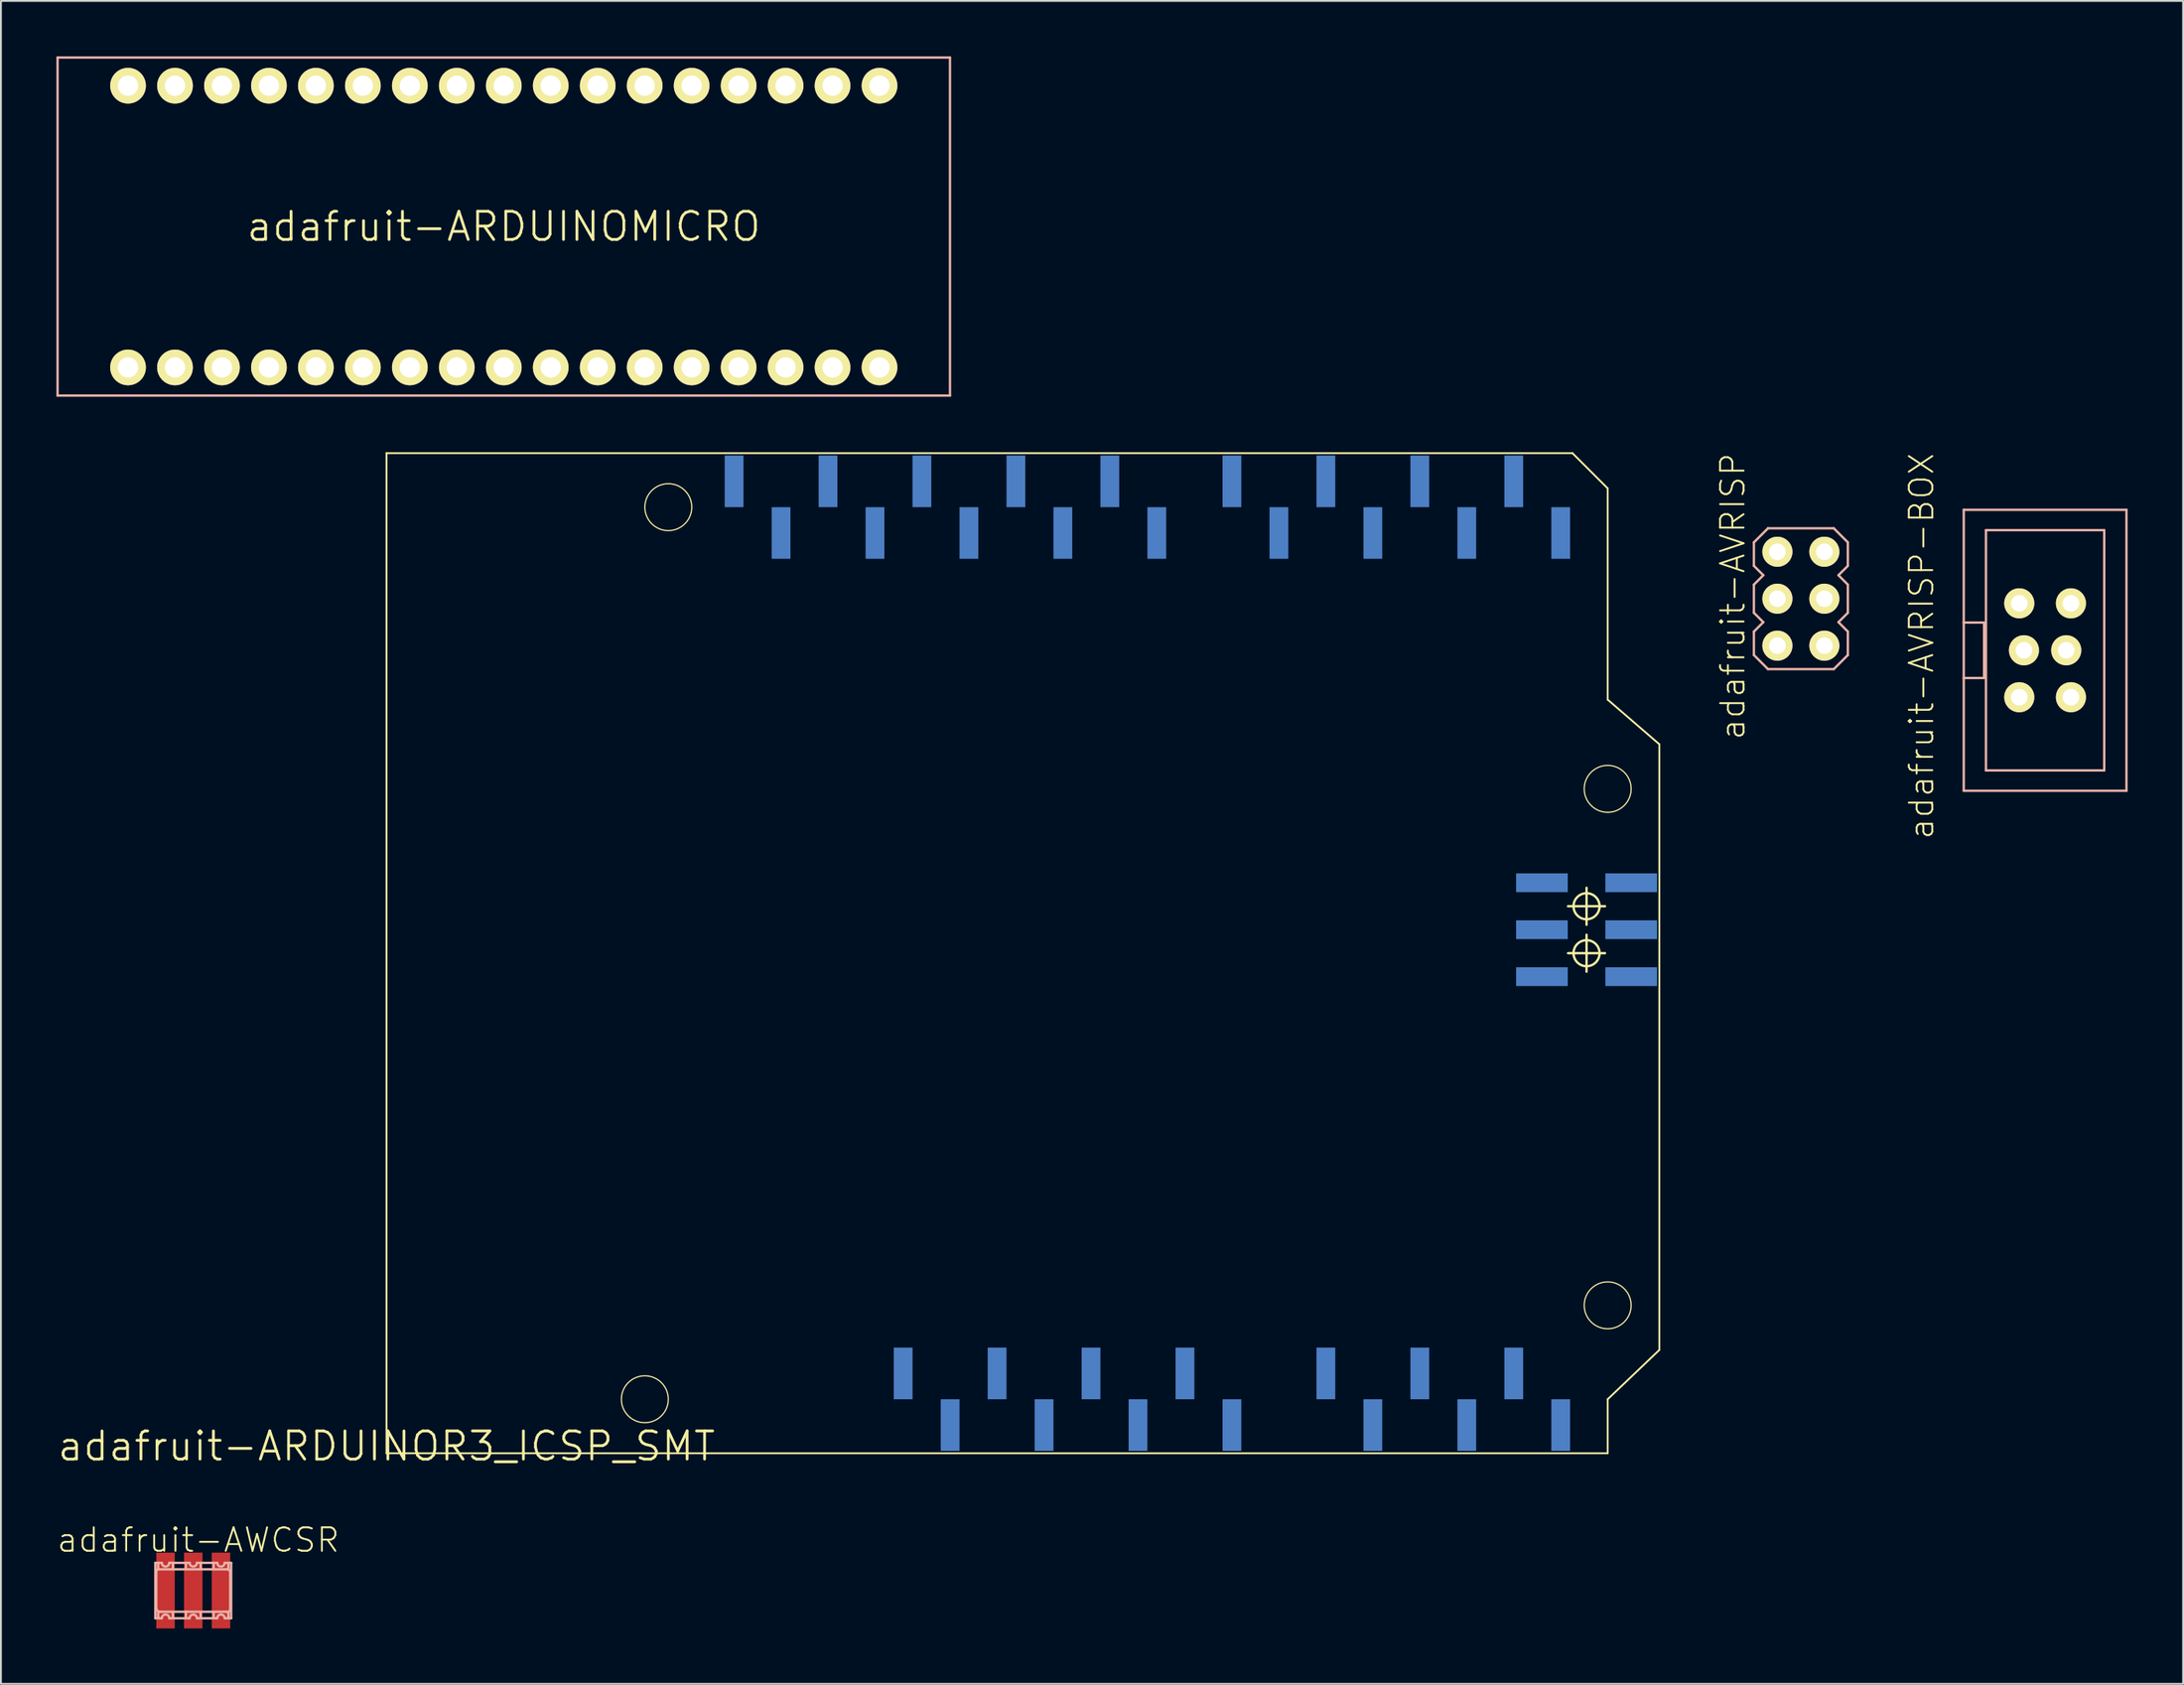
<source format=kicad_pcb>
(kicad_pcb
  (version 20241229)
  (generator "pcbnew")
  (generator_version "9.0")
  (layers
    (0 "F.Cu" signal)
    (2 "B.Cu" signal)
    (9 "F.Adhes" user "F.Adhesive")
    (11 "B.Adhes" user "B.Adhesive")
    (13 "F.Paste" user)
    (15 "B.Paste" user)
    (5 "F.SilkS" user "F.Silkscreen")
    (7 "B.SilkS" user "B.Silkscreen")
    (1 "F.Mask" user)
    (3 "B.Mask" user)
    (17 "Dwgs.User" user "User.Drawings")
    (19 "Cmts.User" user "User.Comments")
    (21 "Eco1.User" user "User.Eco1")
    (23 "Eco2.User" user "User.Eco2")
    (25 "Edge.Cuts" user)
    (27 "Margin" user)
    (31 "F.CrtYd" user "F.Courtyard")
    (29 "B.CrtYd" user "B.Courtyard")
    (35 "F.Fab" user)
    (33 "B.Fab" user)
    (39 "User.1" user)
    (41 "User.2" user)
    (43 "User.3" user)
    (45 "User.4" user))
  (footprint "adafruit-AVRISP"
    (layer "F.Cu")
    (at 94.341 29.339)
    (property "Reference" "adafruit-AVRISP" (at -3.683 -0.127 90) (layer "F.SilkS") (effects (font (size 1.27 1.27) (thickness 0.102))))
    (attr exclude_from_pos_files exclude_from_bom)
    (fp_line (start -2.54 -3.048) (end -1.778 -3.81) (stroke (width 0.127) (type solid)) (layer "B.SilkS"))
    (fp_line (start -2.54 -1.778) (end -2.54 -3.048) (stroke (width 0.127) (type solid)) (layer "B.SilkS"))
    (fp_line (start -2.54 -0.762) (end -2.032 -1.27) (stroke (width 0.127) (type solid)) (layer "B.SilkS"))
    (fp_line (start -2.54 0.762) (end -2.54 -0.762) (stroke (width 0.127) (type solid)) (layer "B.SilkS"))
    (fp_line (start -2.54 1.778) (end -2.032 1.27) (stroke (width 0.127) (type solid)) (layer "B.SilkS"))
    (fp_line (start -2.54 3.048) (end -2.54 1.778) (stroke (width 0.127) (type solid)) (layer "B.SilkS"))
    (fp_line (start -2.032 -1.27) (end -2.54 -1.778) (stroke (width 0.127) (type solid)) (layer "B.SilkS"))
    (fp_line (start -2.032 1.27) (end -2.54 0.762) (stroke (width 0.127) (type solid)) (layer "B.SilkS"))
    (fp_line (start -1.778 -3.81) (end 1.778 -3.81) (stroke (width 0.127) (type solid)) (layer "B.SilkS"))
    (fp_line (start -1.778 3.81) (end -2.54 3.048) (stroke (width 0.127) (type solid)) (layer "B.SilkS"))
    (fp_line (start 1.778 -3.81) (end 2.54 -3.048) (stroke (width 0.127) (type solid)) (layer "B.SilkS"))
    (fp_line (start 1.778 3.81) (end -1.778 3.81) (stroke (width 0.127) (type solid)) (layer "B.SilkS"))
    (fp_line (start 2.032 -1.27) (end 2.54 -0.762) (stroke (width 0.127) (type solid)) (layer "B.SilkS"))
    (fp_line (start 2.032 1.27) (end 2.54 1.778) (stroke (width 0.127) (type solid)) (layer "B.SilkS"))
    (fp_line (start 2.54 -3.048) (end 2.54 -1.778) (stroke (width 0.127) (type solid)) (layer "B.SilkS"))
    (fp_line (start 2.54 -1.778) (end 2.032 -1.27) (stroke (width 0.127) (type solid)) (layer "B.SilkS"))
    (fp_line (start 2.54 -0.762) (end 2.54 0.762) (stroke (width 0.127) (type solid)) (layer "B.SilkS"))
    (fp_line (start 2.54 0.762) (end 2.032 1.27) (stroke (width 0.127) (type solid)) (layer "B.SilkS"))
    (fp_line (start 2.54 1.778) (end 2.54 3.048) (stroke (width 0.127) (type solid)) (layer "B.SilkS"))
    (fp_line (start 2.54 3.048) (end 1.778 3.81) (stroke (width 0.127) (type solid)) (layer "B.SilkS"))
    (pad "1" thru_hole circle (at -1.27 -2.54) (size 1.626 1.626) (drill 0.899) (layers "*.Cu" "F.Mask" "F.SilkS" "F.Paste"))
    (pad "2" thru_hole circle (at 1.27 -2.54) (size 1.626 1.626) (drill 0.899) (layers "*.Cu" "F.Mask" "F.SilkS" "F.Paste"))
    (pad "3" thru_hole circle (at -1.27 0) (size 1.626 1.626) (drill 0.899) (layers "*.Cu" "F.Mask" "F.SilkS" "F.Paste"))
    (pad "4" thru_hole circle (at 1.27 0) (size 1.626 1.626) (drill 0.899) (layers "*.Cu" "F.Mask" "F.SilkS" "F.Paste"))
    (pad "5" thru_hole circle (at -1.27 2.54) (size 1.626 1.626) (drill 0.899) (layers "*.Cu" "F.Mask" "F.SilkS" "F.Paste"))
    (pad "6" thru_hole circle (at 1.27 2.54) (size 1.626 1.626) (drill 0.899) (layers "*.Cu" "F.Mask" "F.SilkS" "F.Paste")))
  (footprint "adafruit-AVRISP-BOX"
    (layer "F.Cu")
    (at 107.548 32.129)
    (property "Reference" "adafruit-AVRISP-BOX" (at -6.683 -0.226 90) (layer "F.SilkS") (effects (font (size 1.27 1.27) (thickness 0.102))))
    (attr exclude_from_pos_files exclude_from_bom)
    (fp_line (start -4.399 -7.6) (end 4.399 -7.6) (stroke (width 0.127) (type solid)) (layer "B.SilkS"))
    (fp_line (start -4.399 -1.499) (end -4.399 -7.6) (stroke (width 0.127) (type solid)) (layer "B.SilkS"))
    (fp_line (start -4.399 -1.499) (end -3.299 -1.499) (stroke (width 0.127) (type solid)) (layer "B.SilkS"))
    (fp_line (start -4.399 1.499) (end -4.399 -1.499) (stroke (width 0.127) (type solid)) (layer "B.SilkS"))
    (fp_line (start -4.399 7.6) (end -4.399 1.499) (stroke (width 0.127) (type solid)) (layer "B.SilkS"))
    (fp_line (start -3.299 -1.499) (end -3.299 1.499) (stroke (width 0.127) (type solid)) (layer "B.SilkS"))
    (fp_line (start -3.299 1.499) (end -4.399 1.499) (stroke (width 0.127) (type solid)) (layer "B.SilkS"))
    (fp_line (start -3.198 -6.5) (end 3.198 -6.5) (stroke (width 0.127) (type solid)) (layer "B.SilkS"))
    (fp_line (start -3.198 6.5) (end -3.198 -6.5) (stroke (width 0.127) (type solid)) (layer "B.SilkS"))
    (fp_line (start 3.198 -6.5) (end 3.198 6.5) (stroke (width 0.127) (type solid)) (layer "B.SilkS"))
    (fp_line (start 3.198 6.5) (end -3.198 6.5) (stroke (width 0.127) (type solid)) (layer "B.SilkS"))
    (fp_line (start 4.399 -7.6) (end 4.399 7.6) (stroke (width 0.127) (type solid)) (layer "B.SilkS"))
    (fp_line (start 4.399 7.6) (end -4.399 7.6) (stroke (width 0.127) (type solid)) (layer "B.SilkS"))
    (pad "1" thru_hole circle (at -1.397 -2.54) (size 1.626 1.626) (drill 0.899) (layers "*.Cu" "F.Mask" "F.SilkS" "F.Paste"))
    (pad "2" thru_hole circle (at 1.397 -2.54) (size 1.626 1.626) (drill 0.899) (layers "*.Cu" "F.Mask" "F.SilkS" "F.Paste"))
    (pad "3" thru_hole circle (at -1.143 0) (size 1.626 1.626) (drill 0.899) (layers "*.Cu" "F.Mask" "F.SilkS" "F.Paste"))
    (pad "4" thru_hole circle (at 1.143 0) (size 1.626 1.626) (drill 0.899) (layers "*.Cu" "F.Mask" "F.SilkS" "F.Paste"))
    (pad "5" thru_hole circle (at -1.397 2.54) (size 1.626 1.626) (drill 0.899) (layers "*.Cu" "F.Mask" "F.SilkS" "F.Paste"))
    (pad "6" thru_hole circle (at 1.397 2.54) (size 1.626 1.626) (drill 0.899) (layers "*.Cu" "F.Mask" "F.SilkS" "F.Paste")))
  (footprint "adafruit-AWCSR"
    (layer "F.Cu")
    (at 7.401 82.995)
    (property "Reference" "adafruit-AWCSR" (at 0.274 -2.733 0) (layer "F.SilkS") (effects (font (size 1.27 1.27) (thickness 0.102))))
    (attr smd)
    (fp_line (start -2.05 -1.499) (end -1.9 -1.499) (stroke (width 0.127) (type solid)) (layer "B.SilkS"))
    (fp_line (start -2.05 1.499) (end -2.05 -1.499) (stroke (width 0.127) (type solid)) (layer "B.SilkS"))
    (fp_line (start -1.999 -1.049) (end -1.999 0.95) (stroke (width 0.127) (type solid)) (layer "B.SilkS"))
    (fp_line (start -1.9 -1.499) (end -1.9 -1.199) (stroke (width 0.127) (type solid)) (layer "B.SilkS"))
    (fp_line (start -1.9 -1.499) (end -1.699 -1.499) (stroke (width 0.127) (type solid)) (layer "B.SilkS"))
    (fp_line (start -1.9 1.199) (end -1.9 1.448) (stroke (width 0.127) (type solid)) (layer "B.SilkS"))
    (fp_line (start -1.798 1.148) (end -0.399 1.148) (stroke (width 0.127) (type solid)) (layer "B.SilkS"))
    (fp_line (start -1.699 1.499) (end -2.05 1.499) (stroke (width 0.127) (type solid)) (layer "B.SilkS"))
    (fp_line (start -1.298 -1.499) (end -1.1 -1.499) (stroke (width 0.127) (type solid)) (layer "B.SilkS"))
    (fp_line (start -1.1 -1.499) (end -1.1 -1.148) (stroke (width 0.127) (type solid)) (layer "B.SilkS"))
    (fp_line (start -1.1 -1.499) (end -0.399 -1.499) (stroke (width 0.127) (type solid)) (layer "B.SilkS"))
    (fp_line (start -1.1 -1.148) (end -1.9 -1.148) (stroke (width 0.127) (type solid)) (layer "B.SilkS"))
    (fp_line (start -1.1 1.199) (end -1.1 1.448) (stroke (width 0.127) (type solid)) (layer "B.SilkS"))
    (fp_line (start -0.399 -1.499) (end -0.399 -1.199) (stroke (width 0.127) (type solid)) (layer "B.SilkS"))
    (fp_line (start -0.399 -1.499) (end -0.198 -1.499) (stroke (width 0.127) (type solid)) (layer "B.SilkS"))
    (fp_line (start -0.399 1.148) (end -0.399 1.448) (stroke (width 0.127) (type solid)) (layer "B.SilkS"))
    (fp_line (start -0.399 1.148) (end 1.798 1.148) (stroke (width 0.127) (type solid)) (layer "B.SilkS"))
    (fp_line (start -0.198 1.499) (end -1.298 1.499) (stroke (width 0.127) (type solid)) (layer "B.SilkS"))
    (fp_line (start 0.198 -1.499) (end 0.399 -1.499) (stroke (width 0.127) (type solid)) (layer "B.SilkS"))
    (fp_line (start 0.399 -1.499) (end 0.399 -1.199) (stroke (width 0.127) (type solid)) (layer "B.SilkS"))
    (fp_line (start 0.399 -1.499) (end 1.1 -1.499) (stroke (width 0.127) (type solid)) (layer "B.SilkS"))
    (fp_line (start 0.399 1.199) (end 0.399 1.448) (stroke (width 0.127) (type solid)) (layer "B.SilkS"))
    (fp_line (start 1.1 -1.499) (end 1.1 -1.199) (stroke (width 0.127) (type solid)) (layer "B.SilkS"))
    (fp_line (start 1.1 -1.499) (end 1.298 -1.499) (stroke (width 0.127) (type solid)) (layer "B.SilkS"))
    (fp_line (start 1.1 1.199) (end 1.1 1.448) (stroke (width 0.127) (type solid)) (layer "B.SilkS"))
    (fp_line (start 1.298 1.499) (end 0.198 1.499) (stroke (width 0.127) (type solid)) (layer "B.SilkS"))
    (fp_line (start 1.699 -1.499) (end 1.9 -1.499) (stroke (width 0.127) (type solid)) (layer "B.SilkS"))
    (fp_line (start 1.849 -1.148) (end -1.1 -1.148) (stroke (width 0.127) (type solid)) (layer "B.SilkS"))
    (fp_line (start 1.9 -1.499) (end 1.9 -1.199) (stroke (width 0.127) (type solid)) (layer "B.SilkS"))
    (fp_line (start 1.9 -1.499) (end 2.05 -1.499) (stroke (width 0.127) (type solid)) (layer "B.SilkS"))
    (fp_line (start 1.9 1.199) (end 1.9 1.448) (stroke (width 0.127) (type solid)) (layer "B.SilkS"))
    (fp_line (start 1.999 1.049) (end 1.999 -0.998) (stroke (width 0.127) (type solid)) (layer "B.SilkS"))
    (fp_line (start 2.05 -1.499) (end 2.05 1.499) (stroke (width 0.127) (type solid)) (layer "B.SilkS"))
    (fp_line (start 2.05 1.499) (end 1.699 1.499) (stroke (width 0.127) (type solid)) (layer "B.SilkS"))
    (fp_arc (start -1.99898 -1.04902) (mid -1.969966 -1.119066) (end -1.89992 -1.14808) (stroke (width 0.127) (type solid)) (layer "B.SilkS"))
    (fp_arc (start -1.79832 1.14808) (mid -1.938412 1.090052) (end -1.99644 0.94996) (stroke (width 0.127) (type solid)) (layer "B.SilkS"))
    (fp_arc (start -1.69926 1.4986) (mid -1.4986 1.29794) (end -1.29794 1.4986) (stroke (width 0.127) (type solid)) (layer "B.SilkS"))
    (fp_arc (start -1.29794 -1.4986) (mid -1.4986 -1.29794) (end -1.69926 -1.4986) (stroke (width 0.127) (type solid)) (layer "B.SilkS"))
    (fp_arc (start -0.19812 1.4986) (mid 0 1.30048) (end 0.19812 1.4986) (stroke (width 0.127) (type solid)) (layer "B.SilkS"))
    (fp_arc (start 0.19812 -1.4986) (mid 0 -1.30048) (end -0.19812 -1.4986) (stroke (width 0.127) (type solid)) (layer "B.SilkS"))
    (fp_arc (start 1.29794 1.4986) (mid 1.4986 1.29794) (end 1.69926 1.4986) (stroke (width 0.127) (type solid)) (layer "B.SilkS"))
    (fp_arc (start 1.69926 -1.4986) (mid 1.4986 -1.29794) (end 1.29794 -1.4986) (stroke (width 0.127) (type solid)) (layer "B.SilkS"))
    (fp_arc (start 1.84912 -1.14808) (mid 1.955087 -1.104187) (end 1.99898 -0.99822) (stroke (width 0.127) (type solid)) (layer "B.SilkS"))
    (fp_arc (start 1.99898 1.04902) (mid 1.919166 1.140108) (end 1.79832 1.14808) (stroke (width 0.127) (type solid)) (layer "B.SilkS"))
    (pad "1" smd rect (at -1.499 0 90) (size 4.1 0.998) (layers "F.Cu" "F.Mask" "F.Paste"))
    (pad "2" smd rect (at 0 0 90) (size 4.1 0.998) (layers "F.Cu" "F.Mask" "F.Paste"))
    (pad "3" smd rect (at 1.499 0 90) (size 4.1 0.998) (layers "F.Cu" "F.Mask" "F.Paste")))
  (footprint "adafruit-ARDUINOR3_ICSP_SMT"
    (layer "F.Cu")
    (at 17.853 75.186)
    (property "Reference" "adafruit-ARDUINOR3_ICSP_SMT" (at 0 0 0) (layer "F.SilkS") (effects (font (size 1.524 1.524) (thickness 0.15))))
    (attr smd)
    (fp_line (start 0 -53.721) (end 0 0.381) (stroke (width 0.1) (type solid)) (layer "F.SilkS"))
    (fp_line (start 0 0.381) (end 66.04 0.381) (stroke (width 0.1) (type solid)) (layer "F.SilkS"))
    (fp_line (start 63.896 -29.21) (end 65.895 -29.21) (stroke (width 0.127) (type solid)) (layer "F.SilkS"))
    (fp_line (start 63.896 -26.67) (end 65.895 -26.67) (stroke (width 0.127) (type solid)) (layer "F.SilkS"))
    (fp_line (start 64.135 -53.721) (end 0 -53.721) (stroke (width 0.1) (type solid)) (layer "F.SilkS"))
    (fp_line (start 64.897 -28.209) (end 64.897 -30.208) (stroke (width 0.127) (type solid)) (layer "F.SilkS"))
    (fp_line (start 64.897 -25.669) (end 64.897 -27.668) (stroke (width 0.127) (type solid)) (layer "F.SilkS"))
    (fp_line (start 66.04 -51.816) (end 64.135 -53.721) (stroke (width 0.1) (type solid)) (layer "F.SilkS"))
    (fp_line (start 66.04 -40.386) (end 66.04 -51.816) (stroke (width 0.1) (type solid)) (layer "F.SilkS"))
    (fp_line (start 66.04 -2.54) (end 68.834 -5.207) (stroke (width 0.1) (type solid)) (layer "F.SilkS"))
    (fp_line (start 66.04 0.381) (end 66.04 -2.54) (stroke (width 0.1) (type solid)) (layer "F.SilkS"))
    (fp_line (start 68.834 -37.973) (end 66.04 -40.386) (stroke (width 0.1) (type solid)) (layer "F.SilkS"))
    (fp_line (start 68.834 -5.207) (end 68.834 -37.973) (stroke (width 0.1) (type solid)) (layer "F.SilkS"))
    (fp_circle (center 13.97 -2.54) (end 14.867 -3.437) (stroke (width 0.064) (type solid)) (fill no) (layer "F.SilkS"))
    (fp_circle (center 15.24 -50.8) (end 16.137 -51.697) (stroke (width 0.064) (type solid)) (fill no) (layer "F.SilkS"))
    (fp_circle (center 64.897 -29.21) (end 65.395 -29.708) (stroke (width 0.127) (type solid)) (fill no) (layer "F.SilkS"))
    (fp_circle (center 64.897 -26.67) (end 65.395 -27.168) (stroke (width 0.127) (type solid)) (fill no) (layer "F.SilkS"))
    (fp_circle (center 66.04 -35.56) (end 66.937 -36.457) (stroke (width 0.064) (type solid)) (fill no) (layer "F.SilkS"))
    (fp_circle (center 66.04 -7.62) (end 66.937 -8.517) (stroke (width 0.064) (type solid)) (fill no) (layer "F.SilkS"))
    (pad "3V" smd rect (at 35.56 -1.143 90) (size 2.794 1.016) (layers "B.Cu" "B.Mask"))
    (pad "5V" smd rect (at 38.1 -3.937 90) (size 2.794 1.016) (layers "B.Cu" "B.Mask"))
    (pad "5V_I" smd rect (at 67.31 -30.48 180) (size 2.794 1.016) (layers "B.Cu" "B.Mask"))
    (pad "A0" smd rect (at 50.8 -3.937 90) (size 2.794 1.016) (layers "B.Cu" "B.Mask"))
    (pad "A1" smd rect (at 53.34 -1.143 90) (size 2.794 1.016) (layers "B.Cu" "B.Mask"))
    (pad "A2" smd rect (at 55.88 -3.937 90) (size 2.794 1.016) (layers "B.Cu" "B.Mask"))
    (pad "A3" smd rect (at 58.42 -1.143 90) (size 2.794 1.016) (layers "B.Cu" "B.Mask"))
    (pad "A4" smd rect (at 60.96 -3.937 90) (size 2.794 1.016) (layers "B.Cu" "B.Mask"))
    (pad "A5" smd rect (at 63.5 -1.143 90) (size 2.794 1.016) (layers "B.Cu" "B.Mask"))
    (pad "AREF" smd rect (at 23.876 -52.197 90) (size 2.794 1.016) (layers "B.Cu" "B.Mask"))
    (pad "D0" smd rect (at 63.5 -49.403 270) (size 2.794 1.016) (layers "B.Cu" "B.Mask"))
    (pad "D1" smd rect (at 60.96 -52.197 270) (size 2.794 1.016) (layers "B.Cu" "B.Mask"))
    (pad "D2" smd rect (at 58.42 -49.403 270) (size 2.794 1.016) (layers "B.Cu" "B.Mask"))
    (pad "D3" smd rect (at 55.88 -52.197 270) (size 2.794 1.016) (layers "B.Cu" "B.Mask"))
    (pad "D4" smd rect (at 53.34 -49.403 270) (size 2.794 1.016) (layers "B.Cu" "B.Mask"))
    (pad "D5" smd rect (at 50.8 -52.197 270) (size 2.794 1.016) (layers "B.Cu" "B.Mask"))
    (pad "D6" smd rect (at 48.26 -49.403 270) (size 2.794 1.016) (layers "B.Cu" "B.Mask"))
    (pad "D7" smd rect (at 45.72 -52.197 270) (size 2.794 1.016) (layers "B.Cu" "B.Mask"))
    (pad "D8" smd rect (at 41.656 -49.403 90) (size 2.794 1.016) (layers "B.Cu" "B.Mask"))
    (pad "D9" smd rect (at 39.116 -52.197 90) (size 2.794 1.016) (layers "B.Cu" "B.Mask"))
    (pad "D10" smd rect (at 36.576 -49.403 90) (size 2.794 1.016) (layers "B.Cu" "B.Mask"))
    (pad "D11" smd rect (at 34.036 -52.197 90) (size 2.794 1.016) (layers "B.Cu" "B.Mask"))
    (pad "D12" smd rect (at 31.496 -49.403 90) (size 2.794 1.016) (layers "B.Cu" "B.Mask"))
    (pad "D13" smd rect (at 28.953 -52.197 90) (size 2.794 1.016) (layers "B.Cu" "B.Mask"))
    (pad "GND" smd rect (at 26.416 -49.403 90) (size 2.794 1.016) (layers "B.Cu" "B.Mask"))
    (pad "GND@" smd rect (at 40.64 -1.143 90) (size 2.794 1.016) (layers "B.Cu" "B.Mask"))
    (pad "GND@" smd rect (at 43.18 -3.937 90) (size 2.794 1.016) (layers "B.Cu" "B.Mask"))
    (pad "GND@" smd rect (at 67.31 -25.4 180) (size 2.794 1.016) (layers "B.Cu" "B.Mask"))
    (pad "IORE" smd rect (at 30.48 -1.143 90) (size 2.794 1.016) (layers "B.Cu" "B.Mask"))
    (pad "MISO" smd rect (at 62.484 -30.48 180) (size 2.794 1.016) (layers "B.Cu" "B.Mask"))
    (pad "MOSI" smd rect (at 67.31 -27.94 180) (size 2.794 1.016) (layers "B.Cu" "B.Mask"))
    (pad "RESE" smd rect (at 27.94 -3.937 90) (size 2.794 1.016) (layers "B.Cu" "B.Mask"))
    (pad "RESE" smd rect (at 33.02 -3.937 90) (size 2.794 1.016) (layers "B.Cu" "B.Mask"))
    (pad "RESE" smd rect (at 62.484 -25.4 180) (size 2.794 1.016) (layers "B.Cu" "B.Mask"))
    (pad "SCK" smd rect (at 62.484 -27.94 180) (size 2.794 1.016) (layers "B.Cu" "B.Mask"))
    (pad "SCL" smd rect (at 18.796 -52.197 90) (size 2.794 1.016) (layers "B.Cu" "B.Mask"))
    (pad "SDA" smd rect (at 21.336 -49.403 90) (size 2.794 1.016) (layers "B.Cu" "B.Mask"))
    (pad "VIN" smd rect (at 45.72 -1.143 90) (size 2.794 1.016) (layers "B.Cu" "B.Mask")))
  (footprint "adafruit-ARDUINOMICRO"
    (layer "F.Cu")
    (at 24.194 9.207)
    (property "Reference" "adafruit-ARDUINOMICRO" (at 0 0 0) (layer "F.SilkS") (effects (font (size 1.524 1.524) (thickness 0.15))))
    (attr exclude_from_pos_files exclude_from_bom)
    (fp_line (start -24.13 -9.144) (end -24.13 9.144) (stroke (width 0.127) (type solid)) (layer "B.SilkS"))
    (fp_line (start -24.13 9.144) (end 24.13 9.144) (stroke (width 0.127) (type solid)) (layer "B.SilkS"))
    (fp_line (start 24.13 -9.144) (end -24.13 -9.144) (stroke (width 0.127) (type solid)) (layer "B.SilkS"))
    (fp_line (start 24.13 9.144) (end 24.13 -9.144) (stroke (width 0.127) (type solid)) (layer "B.SilkS"))
    (pad "P$1" thru_hole circle (at -20.32 -7.62) (size 1.93 1.93) (drill 1.1) (layers "*.Cu" "F.Mask" "F.SilkS" "F.Paste"))
    (pad "P$2" thru_hole circle (at -17.78 -7.62) (size 1.93 1.93) (drill 1.1) (layers "*.Cu" "F.Mask" "F.SilkS" "F.Paste"))
    (pad "P$3" thru_hole circle (at -15.24 -7.62) (size 1.93 1.93) (drill 1.1) (layers "*.Cu" "F.Mask" "F.SilkS" "F.Paste"))
    (pad "P$4" thru_hole circle (at -12.7 -7.62) (size 1.93 1.93) (drill 1.1) (layers "*.Cu" "F.Mask" "F.SilkS" "F.Paste"))
    (pad "P$5" thru_hole circle (at -10.16 -7.62) (size 1.93 1.93) (drill 1.1) (layers "*.Cu" "F.Mask" "F.SilkS" "F.Paste"))
    (pad "P$6" thru_hole circle (at -7.62 -7.62) (size 1.93 1.93) (drill 1.1) (layers "*.Cu" "F.Mask" "F.SilkS" "F.Paste"))
    (pad "P$7" thru_hole circle (at -5.08 -7.62) (size 1.93 1.93) (drill 1.1) (layers "*.Cu" "F.Mask" "F.SilkS" "F.Paste"))
    (pad "P$8" thru_hole circle (at -2.54 -7.62) (size 1.93 1.93) (drill 1.1) (layers "*.Cu" "F.Mask" "F.SilkS" "F.Paste"))
    (pad "P$9" thru_hole circle (at 0 -7.62) (size 1.93 1.93) (drill 1.1) (layers "*.Cu" "F.Mask" "F.SilkS" "F.Paste"))
    (pad "P$10" thru_hole circle (at 2.54 -7.62) (size 1.93 1.93) (drill 1.1) (layers "*.Cu" "F.Mask" "F.SilkS" "F.Paste"))
    (pad "P$11" thru_hole circle (at 5.08 -7.62) (size 1.93 1.93) (drill 1.1) (layers "*.Cu" "F.Mask" "F.SilkS" "F.Paste"))
    (pad "P$12" thru_hole circle (at 12.7 7.62) (size 1.93 1.93) (drill 1.1) (layers "*.Cu" "F.Mask" "F.SilkS" "F.Paste"))
    (pad "P$13" thru_hole circle (at 10.16 7.62) (size 1.93 1.93) (drill 1.1) (layers "*.Cu" "F.Mask" "F.SilkS" "F.Paste"))
    (pad "P$14" thru_hole circle (at 12.7 -7.62) (size 1.93 1.93) (drill 1.1) (layers "*.Cu" "F.Mask" "F.SilkS" "F.Paste"))
    (pad "P$15" thru_hole circle (at 15.24 -7.62) (size 1.93 1.93) (drill 1.1) (layers "*.Cu" "F.Mask" "F.SilkS" "F.Paste"))
    (pad "P$16" thru_hole circle (at 17.78 -7.62) (size 1.93 1.93) (drill 1.1) (layers "*.Cu" "F.Mask" "F.SilkS" "F.Paste"))
    (pad "P$17" thru_hole circle (at 20.32 -7.62) (size 1.93 1.93) (drill 1.1) (layers "*.Cu" "F.Mask" "F.SilkS" "F.Paste"))
    (pad "P$18" thru_hole circle (at 20.32 7.62) (size 1.93 1.93) (drill 1.1) (layers "*.Cu" "F.Mask" "F.SilkS" "F.Paste"))
    (pad "P$19" thru_hole circle (at 17.78 7.62) (size 1.93 1.93) (drill 1.1) (layers "*.Cu" "F.Mask" "F.SilkS" "F.Paste"))
    (pad "P$20" thru_hole circle (at 15.24 7.62) (size 1.93 1.93) (drill 1.1) (layers "*.Cu" "F.Mask" "F.SilkS" "F.Paste"))
    (pad "P$21" thru_hole circle (at 7.62 -7.62) (size 1.93 1.93) (drill 1.1) (layers "*.Cu" "F.Mask" "F.SilkS" "F.Paste"))
    (pad "P$22" thru_hole circle (at 10.16 -7.62) (size 1.93 1.93) (drill 1.1) (layers "*.Cu" "F.Mask" "F.SilkS" "F.Paste"))
    (pad "P$23" thru_hole circle (at 7.62 7.62) (size 1.93 1.93) (drill 1.1) (layers "*.Cu" "F.Mask" "F.SilkS" "F.Paste"))
    (pad "P$24" thru_hole circle (at 5.08 7.62) (size 1.93 1.93) (drill 1.1) (layers "*.Cu" "F.Mask" "F.SilkS" "F.Paste"))
    (pad "P$25" thru_hole circle (at 2.54 7.62) (size 1.93 1.93) (drill 1.1) (layers "*.Cu" "F.Mask" "F.SilkS" "F.Paste"))
    (pad "P$26" thru_hole circle (at 0 7.62) (size 1.93 1.93) (drill 1.1) (layers "*.Cu" "F.Mask" "F.SilkS" "F.Paste"))
    (pad "P$27" thru_hole circle (at -2.54 7.62) (size 1.93 1.93) (drill 1.1) (layers "*.Cu" "F.Mask" "F.SilkS" "F.Paste"))
    (pad "P$28" thru_hole circle (at -5.08 7.62) (size 1.93 1.93) (drill 1.1) (layers "*.Cu" "F.Mask" "F.SilkS" "F.Paste"))
    (pad "P$29" thru_hole circle (at -7.62 7.62) (size 1.93 1.93) (drill 1.1) (layers "*.Cu" "F.Mask" "F.SilkS" "F.Paste"))
    (pad "P$30" thru_hole circle (at -10.16 7.62) (size 1.93 1.93) (drill 1.1) (layers "*.Cu" "F.Mask" "F.SilkS" "F.Paste"))
    (pad "P$31" thru_hole circle (at -12.7 7.62) (size 1.93 1.93) (drill 1.1) (layers "*.Cu" "F.Mask" "F.SilkS" "F.Paste"))
    (pad "P$32" thru_hole circle (at -15.24 7.62) (size 1.93 1.93) (drill 1.1) (layers "*.Cu" "F.Mask" "F.SilkS" "F.Paste"))
    (pad "P$33" thru_hole circle (at -17.78 7.62) (size 1.93 1.93) (drill 1.1) (layers "*.Cu" "F.Mask" "F.SilkS" "F.Paste"))
    (pad "P$34" thru_hole circle (at -20.32 7.62) (size 1.93 1.93) (drill 1.1) (layers "*.Cu" "F.Mask" "F.SilkS" "F.Paste")))
  (gr_rect
    (start -3 -3)
    (end 115.011 88.045)
    (stroke (width 0.1) (type default))
    (fill no)
    (layer "Edge.Cuts")))
</source>
